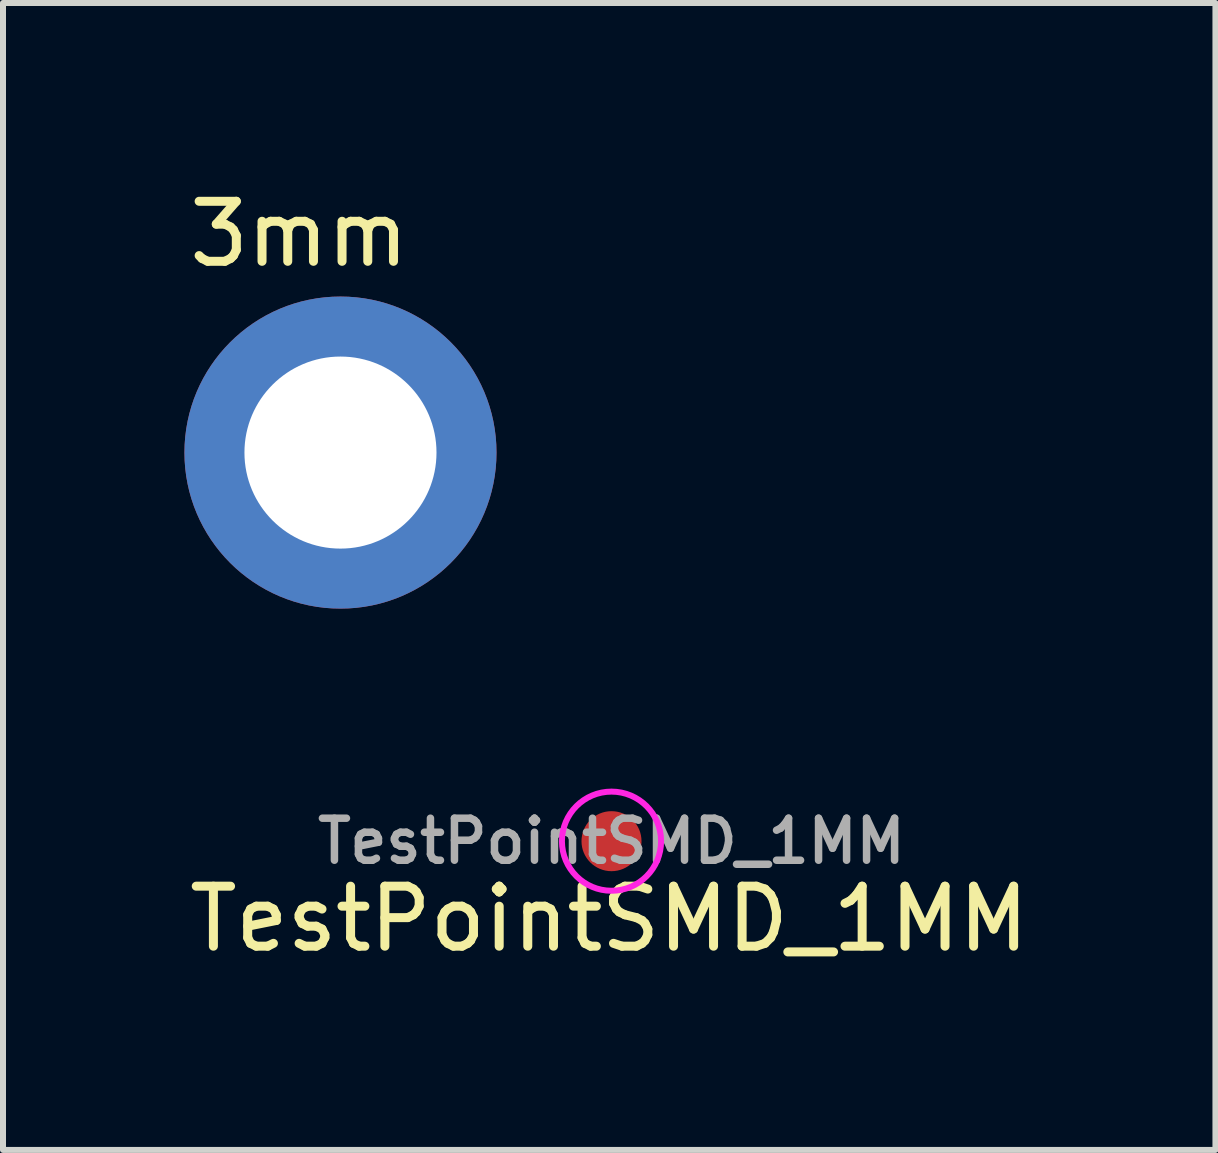
<source format=kicad_pcb>
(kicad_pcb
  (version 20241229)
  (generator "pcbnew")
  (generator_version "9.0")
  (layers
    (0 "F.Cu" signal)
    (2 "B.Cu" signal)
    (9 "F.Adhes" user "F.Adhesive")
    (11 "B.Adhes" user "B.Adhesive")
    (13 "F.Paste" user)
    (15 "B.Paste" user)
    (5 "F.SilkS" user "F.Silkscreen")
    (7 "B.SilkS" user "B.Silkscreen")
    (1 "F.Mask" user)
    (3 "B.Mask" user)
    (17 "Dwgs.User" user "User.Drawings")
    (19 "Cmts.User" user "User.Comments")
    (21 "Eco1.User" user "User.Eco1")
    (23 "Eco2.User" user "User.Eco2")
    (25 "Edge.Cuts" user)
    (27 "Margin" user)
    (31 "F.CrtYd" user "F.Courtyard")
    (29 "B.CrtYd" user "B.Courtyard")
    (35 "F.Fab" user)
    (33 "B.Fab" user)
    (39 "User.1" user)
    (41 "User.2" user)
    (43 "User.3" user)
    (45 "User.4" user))
  (footprint "TestPointSMD_1MM"
    (placed yes)
    (layer "F.Cu")
    (at 7.139 10.966)
    (property "Reference" "TestPointSMD_1MM" (at -0.038 1.295 0) (layer "F.SilkS") (effects (font (size 1 1) (thickness 0.15))))
    (attr through_hole)
    (fp_circle (center 0 0) (end 0.826 0) (stroke (width 0.1) (type solid)) (fill no) (layer "F.CrtYd"))
    (fp_text user "${REFERENCE}" (at 0 0 0) (layer "F.Fab") (effects (font (size 0.7 0.7) (thickness 0.125))))
    (pad "1" smd circle (at 0 0) (size 1 1) (layers "F.Cu" "F.Mask" "F.Paste")))
  (footprint "3mm"
    (layer "F.Cu")
    (at 2.623 4.491)
    (property "Reference" "3mm" (at -0.688 -3.642 0) (layer "F.SilkS") (effects (font (size 1 1) (thickness 0.15))))
    (attr through_hole)
    (pad "1" thru_hole circle (at 0 0) (size 5.2 5.2) (drill 3.2) (layers "*.Cu")))
  (gr_rect
    (start -3 -3)
    (end 17.202 16.11)
    (stroke (width 0.1) (type default))
    (fill no)
    (layer "Edge.Cuts")))
</source>
